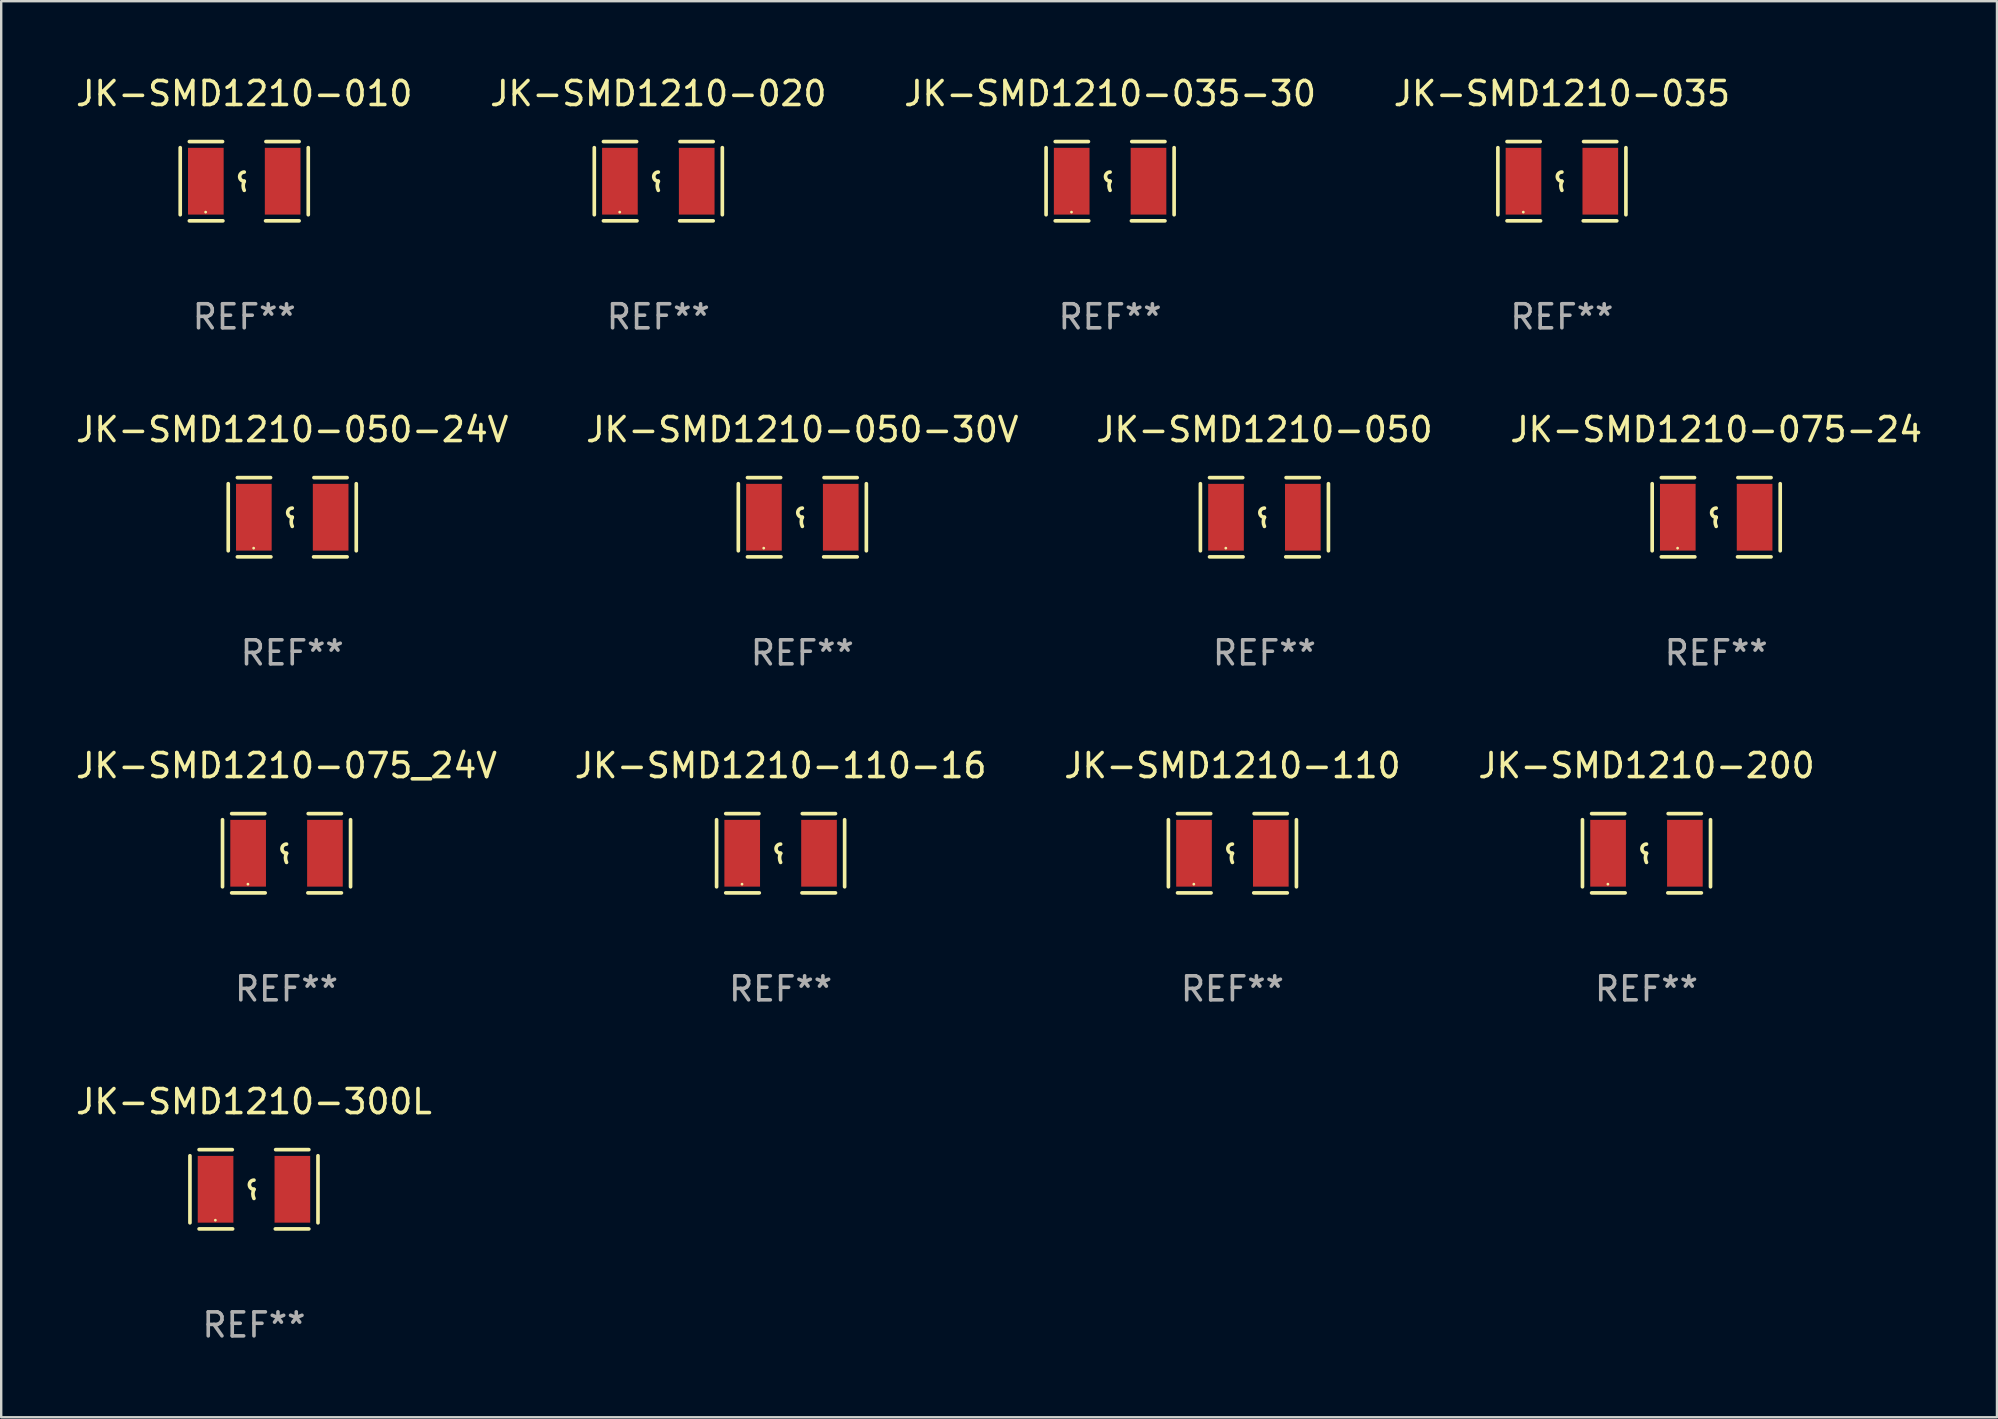
<source format=kicad_pcb>
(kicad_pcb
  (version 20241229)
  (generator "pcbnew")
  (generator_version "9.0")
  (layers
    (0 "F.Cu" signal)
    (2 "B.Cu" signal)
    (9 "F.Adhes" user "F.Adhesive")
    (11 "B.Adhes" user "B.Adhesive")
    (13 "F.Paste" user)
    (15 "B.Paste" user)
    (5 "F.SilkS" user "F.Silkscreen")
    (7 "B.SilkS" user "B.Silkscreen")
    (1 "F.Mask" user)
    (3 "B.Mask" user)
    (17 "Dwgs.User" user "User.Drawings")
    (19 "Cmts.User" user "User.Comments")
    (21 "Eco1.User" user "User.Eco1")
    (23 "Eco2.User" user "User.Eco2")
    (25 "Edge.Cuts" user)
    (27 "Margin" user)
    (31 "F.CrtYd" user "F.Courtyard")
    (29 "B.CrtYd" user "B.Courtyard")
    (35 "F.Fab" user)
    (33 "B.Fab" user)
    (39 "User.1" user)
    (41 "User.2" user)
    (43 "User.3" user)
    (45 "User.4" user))
  (footprint "JK-SMD1210-020"
    (layer "F.Cu")
    (at 24.375 4.499)
    (property "Reference" "JK-SMD1210-020" (at 0 -3.651 0) (layer "F.SilkS") (effects (font (size 1 1) (thickness 0.15))))
    (attr through_hole)
    (fp_line (start -2.667 -1.397) (end -2.667 1.397) (stroke (width 0.152) (type solid)) (layer "F.SilkS"))
    (fp_line (start -2.286 -1.651) (end -0.903 -1.651) (stroke (width 0.152) (type solid)) (layer "F.SilkS"))
    (fp_line (start -0.889 1.651) (end -2.286 1.651) (stroke (width 0.152) (type solid)) (layer "F.SilkS"))
    (fp_line (start 0.889 1.651) (end 2.286 1.651) (stroke (width 0.152) (type solid)) (layer "F.SilkS"))
    (fp_line (start 2.286 -1.651) (end 0.903 -1.651) (stroke (width 0.152) (type solid)) (layer "F.SilkS"))
    (fp_line (start 2.667 -1.397) (end 2.667 1.397) (stroke (width 0.152) (type solid)) (layer "F.SilkS"))
    (fp_arc (start 0 0) (mid -0.1905 -0.1905) (end 0 -0.381) (stroke (width 0.151994) (type solid)) (layer "F.SilkS"))
    (fp_arc (start 0 0.381001) (mid -0.044971 0.1905) (end 0 0) (stroke (width 0.151994) (type solid)) (layer "F.SilkS"))
    (fp_circle (center -1.608 1.288) (end -1.578 1.288) (stroke (width 0.06) (type solid)) (fill no) (layer "F.SilkS"))
    (fp_text user "REF**" (at 0 5.651 0) (layer "F.Fab") (effects (font (size 1 1) (thickness 0.15))))
    (pad "1" smd rect (at -1.6 0) (size 1.485 2.781) (layers "F.Cu" "F.Mask" "F.Paste"))
    (pad "2" smd rect (at 1.6 0) (size 1.485 2.781) (layers "F.Cu" "F.Mask" "F.Paste")))
  (footprint "JK-SMD1210-035-30"
    (layer "F.Cu")
    (at 43.196 4.499)
    (property "Reference" "JK-SMD1210-035-30" (at 0 -3.651 0) (layer "F.SilkS") (effects (font (size 1 1) (thickness 0.15))))
    (attr through_hole)
    (fp_line (start -2.667 -1.397) (end -2.667 1.397) (stroke (width 0.152) (type solid)) (layer "F.SilkS"))
    (fp_line (start -2.286 -1.651) (end -0.903 -1.651) (stroke (width 0.152) (type solid)) (layer "F.SilkS"))
    (fp_line (start -0.889 1.651) (end -2.286 1.651) (stroke (width 0.152) (type solid)) (layer "F.SilkS"))
    (fp_line (start 0.889 1.651) (end 2.286 1.651) (stroke (width 0.152) (type solid)) (layer "F.SilkS"))
    (fp_line (start 2.286 -1.651) (end 0.903 -1.651) (stroke (width 0.152) (type solid)) (layer "F.SilkS"))
    (fp_line (start 2.667 -1.397) (end 2.667 1.397) (stroke (width 0.152) (type solid)) (layer "F.SilkS"))
    (fp_arc (start 0 0) (mid -0.1905 -0.1905) (end 0 -0.381) (stroke (width 0.151994) (type solid)) (layer "F.SilkS"))
    (fp_arc (start 0 0.381001) (mid -0.044971 0.1905) (end 0 0) (stroke (width 0.151994) (type solid)) (layer "F.SilkS"))
    (fp_circle (center -1.608 1.288) (end -1.578 1.288) (stroke (width 0.06) (type solid)) (fill no) (layer "F.SilkS"))
    (fp_text user "REF**" (at 0 5.651 0) (layer "F.Fab") (effects (font (size 1 1) (thickness 0.15))))
    (pad "1" smd rect (at -1.6 0) (size 1.485 2.781) (layers "F.Cu" "F.Mask" "F.Paste"))
    (pad "2" smd rect (at 1.6 0) (size 1.485 2.781) (layers "F.Cu" "F.Mask" "F.Paste")))
  (footprint "JK-SMD1210-300L"
    (layer "F.Cu")
    (at 7.53 46.495)
    (property "Reference" "JK-SMD1210-300L" (at 0 -3.651 0) (layer "F.SilkS") (effects (font (size 1 1) (thickness 0.15))))
    (attr through_hole)
    (fp_line (start -2.667 -1.397) (end -2.667 1.397) (stroke (width 0.152) (type solid)) (layer "F.SilkS"))
    (fp_line (start -2.286 -1.651) (end -0.903 -1.651) (stroke (width 0.152) (type solid)) (layer "F.SilkS"))
    (fp_line (start -0.889 1.651) (end -2.286 1.651) (stroke (width 0.152) (type solid)) (layer "F.SilkS"))
    (fp_line (start 0.889 1.651) (end 2.286 1.651) (stroke (width 0.152) (type solid)) (layer "F.SilkS"))
    (fp_line (start 2.286 -1.651) (end 0.903 -1.651) (stroke (width 0.152) (type solid)) (layer "F.SilkS"))
    (fp_line (start 2.667 -1.397) (end 2.667 1.397) (stroke (width 0.152) (type solid)) (layer "F.SilkS"))
    (fp_arc (start 0 0) (mid -0.1905 -0.1905) (end 0 -0.381) (stroke (width 0.151994) (type solid)) (layer "F.SilkS"))
    (fp_arc (start 0 0.381001) (mid -0.044971 0.1905) (end 0 0) (stroke (width 0.151994) (type solid)) (layer "F.SilkS"))
    (fp_circle (center -1.608 1.288) (end -1.578 1.288) (stroke (width 0.06) (type solid)) (fill no) (layer "F.SilkS"))
    (fp_text user "REF**" (at 0 5.651 0) (layer "F.Fab") (effects (font (size 1 1) (thickness 0.15))))
    (pad "1" smd rect (at -1.6 0) (size 1.485 2.781) (layers "F.Cu" "F.Mask" "F.Paste"))
    (pad "2" smd rect (at 1.6 0) (size 1.485 2.781) (layers "F.Cu" "F.Mask" "F.Paste")))
  (footprint "JK-SMD1210-110"
    (layer "F.Cu")
    (at 48.292 32.496)
    (property "Reference" "JK-SMD1210-110" (at 0 -3.651 0) (layer "F.SilkS") (effects (font (size 1 1) (thickness 0.15))))
    (attr through_hole)
    (fp_line (start -2.667 -1.397) (end -2.667 1.397) (stroke (width 0.152) (type solid)) (layer "F.SilkS"))
    (fp_line (start -2.286 -1.651) (end -0.903 -1.651) (stroke (width 0.152) (type solid)) (layer "F.SilkS"))
    (fp_line (start -0.889 1.651) (end -2.286 1.651) (stroke (width 0.152) (type solid)) (layer "F.SilkS"))
    (fp_line (start 0.889 1.651) (end 2.286 1.651) (stroke (width 0.152) (type solid)) (layer "F.SilkS"))
    (fp_line (start 2.286 -1.651) (end 0.903 -1.651) (stroke (width 0.152) (type solid)) (layer "F.SilkS"))
    (fp_line (start 2.667 -1.397) (end 2.667 1.397) (stroke (width 0.152) (type solid)) (layer "F.SilkS"))
    (fp_arc (start 0 0) (mid -0.1905 -0.1905) (end 0 -0.381) (stroke (width 0.151994) (type solid)) (layer "F.SilkS"))
    (fp_arc (start 0 0.381001) (mid -0.044971 0.1905) (end 0 0) (stroke (width 0.151994) (type solid)) (layer "F.SilkS"))
    (fp_circle (center -1.608 1.288) (end -1.578 1.288) (stroke (width 0.06) (type solid)) (fill no) (layer "F.SilkS"))
    (fp_text user "REF**" (at 0 5.651 0) (layer "F.Fab") (effects (font (size 1 1) (thickness 0.15))))
    (pad "1" smd rect (at -1.6 0) (size 1.485 2.781) (layers "F.Cu" "F.Mask" "F.Paste"))
    (pad "2" smd rect (at 1.6 0) (size 1.485 2.781) (layers "F.Cu" "F.Mask" "F.Paste")))
  (footprint "JK-SMD1210-035"
    (layer "F.Cu")
    (at 62.018 4.499)
    (property "Reference" "JK-SMD1210-035" (at 0 -3.651 0) (layer "F.SilkS") (effects (font (size 1 1) (thickness 0.15))))
    (attr through_hole)
    (fp_line (start -2.667 -1.397) (end -2.667 1.397) (stroke (width 0.152) (type solid)) (layer "F.SilkS"))
    (fp_line (start -2.286 -1.651) (end -0.903 -1.651) (stroke (width 0.152) (type solid)) (layer "F.SilkS"))
    (fp_line (start -0.889 1.651) (end -2.286 1.651) (stroke (width 0.152) (type solid)) (layer "F.SilkS"))
    (fp_line (start 0.889 1.651) (end 2.286 1.651) (stroke (width 0.152) (type solid)) (layer "F.SilkS"))
    (fp_line (start 2.286 -1.651) (end 0.903 -1.651) (stroke (width 0.152) (type solid)) (layer "F.SilkS"))
    (fp_line (start 2.667 -1.397) (end 2.667 1.397) (stroke (width 0.152) (type solid)) (layer "F.SilkS"))
    (fp_arc (start 0 0) (mid -0.1905 -0.1905) (end 0 -0.381) (stroke (width 0.151994) (type solid)) (layer "F.SilkS"))
    (fp_arc (start 0 0.381001) (mid -0.044971 0.1905) (end 0 0) (stroke (width 0.151994) (type solid)) (layer "F.SilkS"))
    (fp_circle (center -1.608 1.288) (end -1.578 1.288) (stroke (width 0.06) (type solid)) (fill no) (layer "F.SilkS"))
    (fp_text user "REF**" (at 0 5.651 0) (layer "F.Fab") (effects (font (size 1 1) (thickness 0.15))))
    (pad "1" smd rect (at -1.6 0) (size 1.485 2.781) (layers "F.Cu" "F.Mask" "F.Paste"))
    (pad "2" smd rect (at 1.6 0) (size 1.485 2.781) (layers "F.Cu" "F.Mask" "F.Paste")))
  (footprint "JK-SMD1210-050"
    (layer "F.Cu")
    (at 49.625 18.498)
    (property "Reference" "JK-SMD1210-050" (at 0 -3.651 0) (layer "F.SilkS") (effects (font (size 1 1) (thickness 0.15))))
    (attr through_hole)
    (fp_line (start -2.667 -1.397) (end -2.667 1.397) (stroke (width 0.152) (type solid)) (layer "F.SilkS"))
    (fp_line (start -2.286 -1.651) (end -0.903 -1.651) (stroke (width 0.152) (type solid)) (layer "F.SilkS"))
    (fp_line (start -0.889 1.651) (end -2.286 1.651) (stroke (width 0.152) (type solid)) (layer "F.SilkS"))
    (fp_line (start 0.889 1.651) (end 2.286 1.651) (stroke (width 0.152) (type solid)) (layer "F.SilkS"))
    (fp_line (start 2.286 -1.651) (end 0.903 -1.651) (stroke (width 0.152) (type solid)) (layer "F.SilkS"))
    (fp_line (start 2.667 -1.397) (end 2.667 1.397) (stroke (width 0.152) (type solid)) (layer "F.SilkS"))
    (fp_arc (start 0 0) (mid -0.1905 -0.1905) (end 0 -0.381) (stroke (width 0.151994) (type solid)) (layer "F.SilkS"))
    (fp_arc (start 0 0.381001) (mid -0.044971 0.1905) (end 0 0) (stroke (width 0.151994) (type solid)) (layer "F.SilkS"))
    (fp_circle (center -1.608 1.288) (end -1.578 1.288) (stroke (width 0.06) (type solid)) (fill no) (layer "F.SilkS"))
    (fp_text user "REF**" (at 0 5.651 0) (layer "F.Fab") (effects (font (size 1 1) (thickness 0.15))))
    (pad "1" smd rect (at -1.6 0) (size 1.485 2.781) (layers "F.Cu" "F.Mask" "F.Paste"))
    (pad "2" smd rect (at 1.6 0) (size 1.485 2.781) (layers "F.Cu" "F.Mask" "F.Paste")))
  (footprint "JK-SMD1210-075-24"
    (layer "F.Cu")
    (at 68.446 18.498)
    (property "Reference" "JK-SMD1210-075-24" (at 0 -3.651 0) (layer "F.SilkS") (effects (font (size 1 1) (thickness 0.15))))
    (attr through_hole)
    (fp_line (start -2.667 -1.397) (end -2.667 1.397) (stroke (width 0.152) (type solid)) (layer "F.SilkS"))
    (fp_line (start -2.286 -1.651) (end -0.903 -1.651) (stroke (width 0.152) (type solid)) (layer "F.SilkS"))
    (fp_line (start -0.889 1.651) (end -2.286 1.651) (stroke (width 0.152) (type solid)) (layer "F.SilkS"))
    (fp_line (start 0.889 1.651) (end 2.286 1.651) (stroke (width 0.152) (type solid)) (layer "F.SilkS"))
    (fp_line (start 2.286 -1.651) (end 0.903 -1.651) (stroke (width 0.152) (type solid)) (layer "F.SilkS"))
    (fp_line (start 2.667 -1.397) (end 2.667 1.397) (stroke (width 0.152) (type solid)) (layer "F.SilkS"))
    (fp_arc (start 0 0) (mid -0.1905 -0.1905) (end 0 -0.381) (stroke (width 0.151994) (type solid)) (layer "F.SilkS"))
    (fp_arc (start 0 0.381001) (mid -0.044971 0.1905) (end 0 0) (stroke (width 0.151994) (type solid)) (layer "F.SilkS"))
    (fp_circle (center -1.608 1.288) (end -1.578 1.288) (stroke (width 0.06) (type solid)) (fill no) (layer "F.SilkS"))
    (fp_text user "REF**" (at 0 5.651 0) (layer "F.Fab") (effects (font (size 1 1) (thickness 0.15))))
    (pad "1" smd rect (at -1.6 0) (size 1.485 2.781) (layers "F.Cu" "F.Mask" "F.Paste"))
    (pad "2" smd rect (at 1.6 0) (size 1.485 2.781) (layers "F.Cu" "F.Mask" "F.Paste")))
  (footprint "JK-SMD1210-050-24V"
    (layer "F.Cu")
    (at 9.125 18.498)
    (property "Reference" "JK-SMD1210-050-24V" (at 0 -3.651 0) (layer "F.SilkS") (effects (font (size 1 1) (thickness 0.15))))
    (attr through_hole)
    (fp_line (start -2.667 -1.397) (end -2.667 1.397) (stroke (width 0.152) (type solid)) (layer "F.SilkS"))
    (fp_line (start -2.286 -1.651) (end -0.903 -1.651) (stroke (width 0.152) (type solid)) (layer "F.SilkS"))
    (fp_line (start -0.889 1.651) (end -2.286 1.651) (stroke (width 0.152) (type solid)) (layer "F.SilkS"))
    (fp_line (start 0.889 1.651) (end 2.286 1.651) (stroke (width 0.152) (type solid)) (layer "F.SilkS"))
    (fp_line (start 2.286 -1.651) (end 0.903 -1.651) (stroke (width 0.152) (type solid)) (layer "F.SilkS"))
    (fp_line (start 2.667 -1.397) (end 2.667 1.397) (stroke (width 0.152) (type solid)) (layer "F.SilkS"))
    (fp_arc (start 0 0) (mid -0.1905 -0.1905) (end 0 -0.381) (stroke (width 0.151994) (type solid)) (layer "F.SilkS"))
    (fp_arc (start 0 0.381001) (mid -0.044971 0.1905) (end 0 0) (stroke (width 0.151994) (type solid)) (layer "F.SilkS"))
    (fp_circle (center -1.608 1.288) (end -1.578 1.288) (stroke (width 0.06) (type solid)) (fill no) (layer "F.SilkS"))
    (fp_text user "REF**" (at 0 5.651 0) (layer "F.Fab") (effects (font (size 1 1) (thickness 0.15))))
    (pad "1" smd rect (at -1.6 0) (size 1.485 2.781) (layers "F.Cu" "F.Mask" "F.Paste"))
    (pad "2" smd rect (at 1.6 0) (size 1.485 2.781) (layers "F.Cu" "F.Mask" "F.Paste")))
  (footprint "JK-SMD1210-200"
    (layer "F.Cu")
    (at 65.542 32.496)
    (property "Reference" "JK-SMD1210-200" (at 0 -3.651 0) (layer "F.SilkS") (effects (font (size 1 1) (thickness 0.15))))
    (attr through_hole)
    (fp_line (start -2.667 -1.397) (end -2.667 1.397) (stroke (width 0.152) (type solid)) (layer "F.SilkS"))
    (fp_line (start -2.286 -1.651) (end -0.903 -1.651) (stroke (width 0.152) (type solid)) (layer "F.SilkS"))
    (fp_line (start -0.889 1.651) (end -2.286 1.651) (stroke (width 0.152) (type solid)) (layer "F.SilkS"))
    (fp_line (start 0.889 1.651) (end 2.286 1.651) (stroke (width 0.152) (type solid)) (layer "F.SilkS"))
    (fp_line (start 2.286 -1.651) (end 0.903 -1.651) (stroke (width 0.152) (type solid)) (layer "F.SilkS"))
    (fp_line (start 2.667 -1.397) (end 2.667 1.397) (stroke (width 0.152) (type solid)) (layer "F.SilkS"))
    (fp_arc (start 0 0) (mid -0.1905 -0.1905) (end 0 -0.381) (stroke (width 0.151994) (type solid)) (layer "F.SilkS"))
    (fp_arc (start 0 0.381001) (mid -0.044971 0.1905) (end 0 0) (stroke (width 0.151994) (type solid)) (layer "F.SilkS"))
    (fp_circle (center -1.608 1.288) (end -1.578 1.288) (stroke (width 0.06) (type solid)) (fill no) (layer "F.SilkS"))
    (fp_text user "REF**" (at 0 5.651 0) (layer "F.Fab") (effects (font (size 1 1) (thickness 0.15))))
    (pad "1" smd rect (at -1.6 0) (size 1.485 2.781) (layers "F.Cu" "F.Mask" "F.Paste"))
    (pad "2" smd rect (at 1.6 0) (size 1.485 2.781) (layers "F.Cu" "F.Mask" "F.Paste")))
  (footprint "JK-SMD1210-075_24V"
    (layer "F.Cu")
    (at 8.887 32.496)
    (property "Reference" "JK-SMD1210-075_24V" (at 0 -3.651 0) (layer "F.SilkS") (effects (font (size 1 1) (thickness 0.15))))
    (attr through_hole)
    (fp_line (start -2.667 -1.397) (end -2.667 1.397) (stroke (width 0.152) (type solid)) (layer "F.SilkS"))
    (fp_line (start -2.286 -1.651) (end -0.903 -1.651) (stroke (width 0.152) (type solid)) (layer "F.SilkS"))
    (fp_line (start -0.889 1.651) (end -2.286 1.651) (stroke (width 0.152) (type solid)) (layer "F.SilkS"))
    (fp_line (start 0.889 1.651) (end 2.286 1.651) (stroke (width 0.152) (type solid)) (layer "F.SilkS"))
    (fp_line (start 2.286 -1.651) (end 0.903 -1.651) (stroke (width 0.152) (type solid)) (layer "F.SilkS"))
    (fp_line (start 2.667 -1.397) (end 2.667 1.397) (stroke (width 0.152) (type solid)) (layer "F.SilkS"))
    (fp_arc (start 0 0) (mid -0.1905 -0.1905) (end 0 -0.381) (stroke (width 0.151994) (type solid)) (layer "F.SilkS"))
    (fp_arc (start 0 0.381001) (mid -0.044971 0.1905) (end 0 0) (stroke (width 0.151994) (type solid)) (layer "F.SilkS"))
    (fp_circle (center -1.608 1.288) (end -1.578 1.288) (stroke (width 0.06) (type solid)) (fill no) (layer "F.SilkS"))
    (fp_text user "REF**" (at 0 5.651 0) (layer "F.Fab") (effects (font (size 1 1) (thickness 0.15))))
    (pad "1" smd rect (at -1.6 0) (size 1.485 2.781) (layers "F.Cu" "F.Mask" "F.Paste"))
    (pad "2" smd rect (at 1.6 0) (size 1.485 2.781) (layers "F.Cu" "F.Mask" "F.Paste")))
  (footprint "JK-SMD1210-050-30V"
    (layer "F.Cu")
    (at 30.375 18.498)
    (property "Reference" "JK-SMD1210-050-30V" (at 0 -3.651 0) (layer "F.SilkS") (effects (font (size 1 1) (thickness 0.15))))
    (attr through_hole)
    (fp_line (start -2.667 -1.397) (end -2.667 1.397) (stroke (width 0.152) (type solid)) (layer "F.SilkS"))
    (fp_line (start -2.286 -1.651) (end -0.903 -1.651) (stroke (width 0.152) (type solid)) (layer "F.SilkS"))
    (fp_line (start -0.889 1.651) (end -2.286 1.651) (stroke (width 0.152) (type solid)) (layer "F.SilkS"))
    (fp_line (start 0.889 1.651) (end 2.286 1.651) (stroke (width 0.152) (type solid)) (layer "F.SilkS"))
    (fp_line (start 2.286 -1.651) (end 0.903 -1.651) (stroke (width 0.152) (type solid)) (layer "F.SilkS"))
    (fp_line (start 2.667 -1.397) (end 2.667 1.397) (stroke (width 0.152) (type solid)) (layer "F.SilkS"))
    (fp_arc (start 0 0) (mid -0.1905 -0.1905) (end 0 -0.381) (stroke (width 0.151994) (type solid)) (layer "F.SilkS"))
    (fp_arc (start 0 0.381001) (mid -0.044971 0.1905) (end 0 0) (stroke (width 0.151994) (type solid)) (layer "F.SilkS"))
    (fp_circle (center -1.608 1.288) (end -1.578 1.288) (stroke (width 0.06) (type solid)) (fill no) (layer "F.SilkS"))
    (fp_text user "REF**" (at 0 5.651 0) (layer "F.Fab") (effects (font (size 1 1) (thickness 0.15))))
    (pad "1" smd rect (at -1.6 0) (size 1.485 2.781) (layers "F.Cu" "F.Mask" "F.Paste"))
    (pad "2" smd rect (at 1.6 0) (size 1.485 2.781) (layers "F.Cu" "F.Mask" "F.Paste")))
  (footprint "JK-SMD1210-110-16"
    (layer "F.Cu")
    (at 29.47 32.496)
    (property "Reference" "JK-SMD1210-110-16" (at 0 -3.651 0) (layer "F.SilkS") (effects (font (size 1 1) (thickness 0.15))))
    (attr through_hole)
    (fp_line (start -2.667 -1.397) (end -2.667 1.397) (stroke (width 0.152) (type solid)) (layer "F.SilkS"))
    (fp_line (start -2.286 -1.651) (end -0.903 -1.651) (stroke (width 0.152) (type solid)) (layer "F.SilkS"))
    (fp_line (start -0.889 1.651) (end -2.286 1.651) (stroke (width 0.152) (type solid)) (layer "F.SilkS"))
    (fp_line (start 0.889 1.651) (end 2.286 1.651) (stroke (width 0.152) (type solid)) (layer "F.SilkS"))
    (fp_line (start 2.286 -1.651) (end 0.903 -1.651) (stroke (width 0.152) (type solid)) (layer "F.SilkS"))
    (fp_line (start 2.667 -1.397) (end 2.667 1.397) (stroke (width 0.152) (type solid)) (layer "F.SilkS"))
    (fp_arc (start 0 0) (mid -0.1905 -0.1905) (end 0 -0.381) (stroke (width 0.151994) (type solid)) (layer "F.SilkS"))
    (fp_arc (start 0 0.381001) (mid -0.044971 0.1905) (end 0 0) (stroke (width 0.151994) (type solid)) (layer "F.SilkS"))
    (fp_circle (center -1.608 1.288) (end -1.578 1.288) (stroke (width 0.06) (type solid)) (fill no) (layer "F.SilkS"))
    (fp_text user "REF**" (at 0 5.651 0) (layer "F.Fab") (effects (font (size 1 1) (thickness 0.15))))
    (pad "1" smd rect (at -1.6 0) (size 1.485 2.781) (layers "F.Cu" "F.Mask" "F.Paste"))
    (pad "2" smd rect (at 1.6 0) (size 1.485 2.781) (layers "F.Cu" "F.Mask" "F.Paste")))
  (footprint "JK-SMD1210-010"
    (layer "F.Cu")
    (at 7.125 4.499)
    (property "Reference" "JK-SMD1210-010" (at 0 -3.651 0) (layer "F.SilkS") (effects (font (size 1 1) (thickness 0.15))))
    (attr through_hole)
    (fp_line (start -2.667 -1.397) (end -2.667 1.397) (stroke (width 0.152) (type solid)) (layer "F.SilkS"))
    (fp_line (start -2.286 -1.651) (end -0.903 -1.651) (stroke (width 0.152) (type solid)) (layer "F.SilkS"))
    (fp_line (start -0.889 1.651) (end -2.286 1.651) (stroke (width 0.152) (type solid)) (layer "F.SilkS"))
    (fp_line (start 0.889 1.651) (end 2.286 1.651) (stroke (width 0.152) (type solid)) (layer "F.SilkS"))
    (fp_line (start 2.286 -1.651) (end 0.903 -1.651) (stroke (width 0.152) (type solid)) (layer "F.SilkS"))
    (fp_line (start 2.667 -1.397) (end 2.667 1.397) (stroke (width 0.152) (type solid)) (layer "F.SilkS"))
    (fp_arc (start 0 0) (mid -0.1905 -0.1905) (end 0 -0.381) (stroke (width 0.151994) (type solid)) (layer "F.SilkS"))
    (fp_arc (start 0 0.381001) (mid -0.044971 0.1905) (end 0 0) (stroke (width 0.151994) (type solid)) (layer "F.SilkS"))
    (fp_circle (center -1.608 1.288) (end -1.578 1.288) (stroke (width 0.06) (type solid)) (fill no) (layer "F.SilkS"))
    (fp_text user "REF**" (at 0 5.651 0) (layer "F.Fab") (effects (font (size 1 1) (thickness 0.15))))
    (pad "1" smd rect (at -1.6 0) (size 1.485 2.781) (layers "F.Cu" "F.Mask" "F.Paste"))
    (pad "2" smd rect (at 1.6 0) (size 1.485 2.781) (layers "F.Cu" "F.Mask" "F.Paste")))
  (gr_rect
    (start -3 -3)
    (end 80.143 55.994)
    (stroke (width 0.1) (type default))
    (fill no)
    (layer "Edge.Cuts")))
</source>
